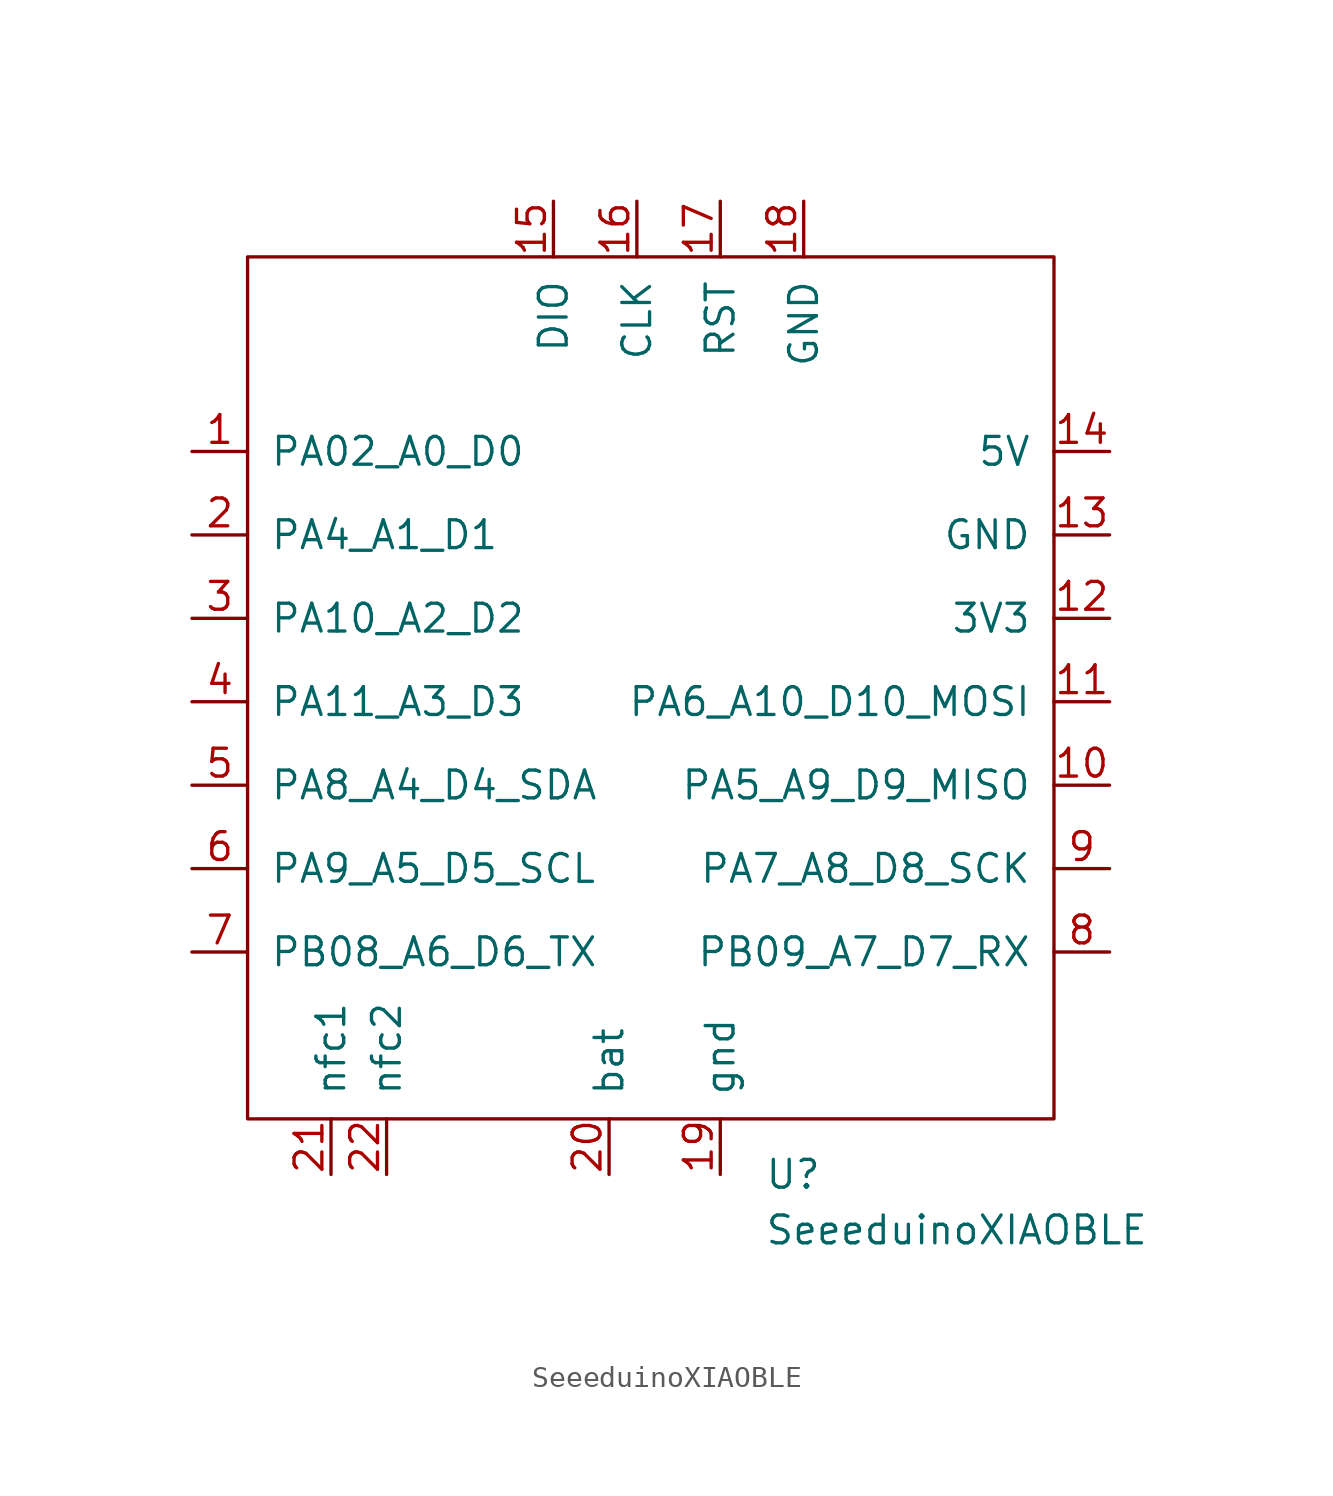
<source format=kicad_sym>
(kicad_symbol_lib
  (version 20220914)
  (generator kicad_symbol_editor)
  (symbol "SeeeduinoXIAOBLE"
    (pin_names
      (offset 1.016))
    (property "Reference" "U"
      (at 4.559 -21.59 0)
      (effects (font (size 1.27 1.27)) (justify left)))
    (property "Value" "SeeeduinoXIAOBLE"
      (at 4.559 -24.13 0)
      (effects (font (size 1.27 1.27)) (justify left)))
    (symbol "SeeeduinoXIAOBLE_0_1"
      (rectangle (start -19.05 20.32) (end 17.78 -19.05) (stroke (width 0) (type default)) (fill (type none))))
    (symbol "SeeeduinoXIAOBLE_1_1"
      (pin bidirectional line (at -21.59 11.43 0) (length 2.54) (name "PA02_A0_D0" (effects (font (size 1.27 1.27)))) (number "1" (effects (font (size 1.27 1.27)))))
      (pin bidirectional line (at 20.32 -3.81 180) (length 2.54) (name "PA5_A9_D9_MISO" (effects (font (size 1.27 1.27)))) (number "10" (effects (font (size 1.27 1.27)))))
      (pin bidirectional line (at 20.32 0 180) (length 2.54) (name "PA6_A10_D10_MOSI" (effects (font (size 1.27 1.27)))) (number "11" (effects (font (size 1.27 1.27)))))
      (pin power_in line (at 20.32 3.81 180) (length 2.54) (name "3V3" (effects (font (size 1.27 1.27)))) (number "12" (effects (font (size 1.27 1.27)))))
      (pin power_in line (at 20.32 7.62 180) (length 2.54) (name "GND" (effects (font (size 1.27 1.27)))) (number "13" (effects (font (size 1.27 1.27)))))
      (pin power_in line (at 20.32 11.43 180) (length 2.54) (name "5V" (effects (font (size 1.27 1.27)))) (number "14" (effects (font (size 1.27 1.27)))))
      (pin bidirectional line (at -5.08 22.86 270) (length 2.54) (name "DIO" (effects (font (size 1.27 1.27)))) (number "15" (effects (font (size 1.27 1.27)))))
      (pin bidirectional line (at -1.27 22.86 270) (length 2.54) (name "CLK" (effects (font (size 1.27 1.27)))) (number "16" (effects (font (size 1.27 1.27)))))
      (pin bidirectional line (at 2.54 22.86 270) (length 2.54) (name "RST" (effects (font (size 1.27 1.27)))) (number "17" (effects (font (size 1.27 1.27)))))
      (pin power_in line (at 6.35 22.86 270) (length 2.54) (name "GND" (effects (font (size 1.27 1.27)))) (number "18" (effects (font (size 1.27 1.27)))))
      (pin power_in line (at 2.54 -21.59 90) (length 2.54) (name "gnd" (effects (font (size 1.27 1.27)))) (number "19" (effects (font (size 1.27 1.27)))))
      (pin bidirectional line (at -21.59 7.62 0) (length 2.54) (name "PA4_A1_D1" (effects (font (size 1.27 1.27)))) (number "2" (effects (font (size 1.27 1.27)))))
      (pin power_in line (at -2.54 -21.59 90) (length 2.54) (name "bat" (effects (font (size 1.27 1.27)))) (number "20" (effects (font (size 1.27 1.27)))))
      (pin bidirectional line (at -15.24 -21.59 90) (length 2.54) (name "nfc1" (effects (font (size 1.27 1.27)))) (number "21" (effects (font (size 1.27 1.27)))))
      (pin bidirectional line (at -12.7 -21.59 90) (length 2.54) (name "nfc2" (effects (font (size 1.27 1.27)))) (number "22" (effects (font (size 1.27 1.27)))))
      (pin bidirectional line (at -21.59 3.81 0) (length 2.54) (name "PA10_A2_D2" (effects (font (size 1.27 1.27)))) (number "3" (effects (font (size 1.27 1.27)))))
      (pin bidirectional line (at -21.59 0 0) (length 2.54) (name "PA11_A3_D3" (effects (font (size 1.27 1.27)))) (number "4" (effects (font (size 1.27 1.27)))))
      (pin bidirectional line (at -21.59 -3.81 0) (length 2.54) (name "PA8_A4_D4_SDA" (effects (font (size 1.27 1.27)))) (number "5" (effects (font (size 1.27 1.27)))))
      (pin bidirectional line (at -21.59 -7.62 0) (length 2.54) (name "PA9_A5_D5_SCL" (effects (font (size 1.27 1.27)))) (number "6" (effects (font (size 1.27 1.27)))))
      (pin bidirectional line (at -21.59 -11.43 0) (length 2.54) (name "PB08_A6_D6_TX" (effects (font (size 1.27 1.27)))) (number "7" (effects (font (size 1.27 1.27)))))
      (pin bidirectional line (at 20.32 -11.43 180) (length 2.54) (name "PB09_A7_D7_RX" (effects (font (size 1.27 1.27)))) (number "8" (effects (font (size 1.27 1.27)))))
      (pin bidirectional line (at 20.32 -7.62 180) (length 2.54) (name "PA7_A8_D8_SCK" (effects (font (size 1.27 1.27)))) (number "9" (effects (font (size 1.27 1.27))))))))
</source>
